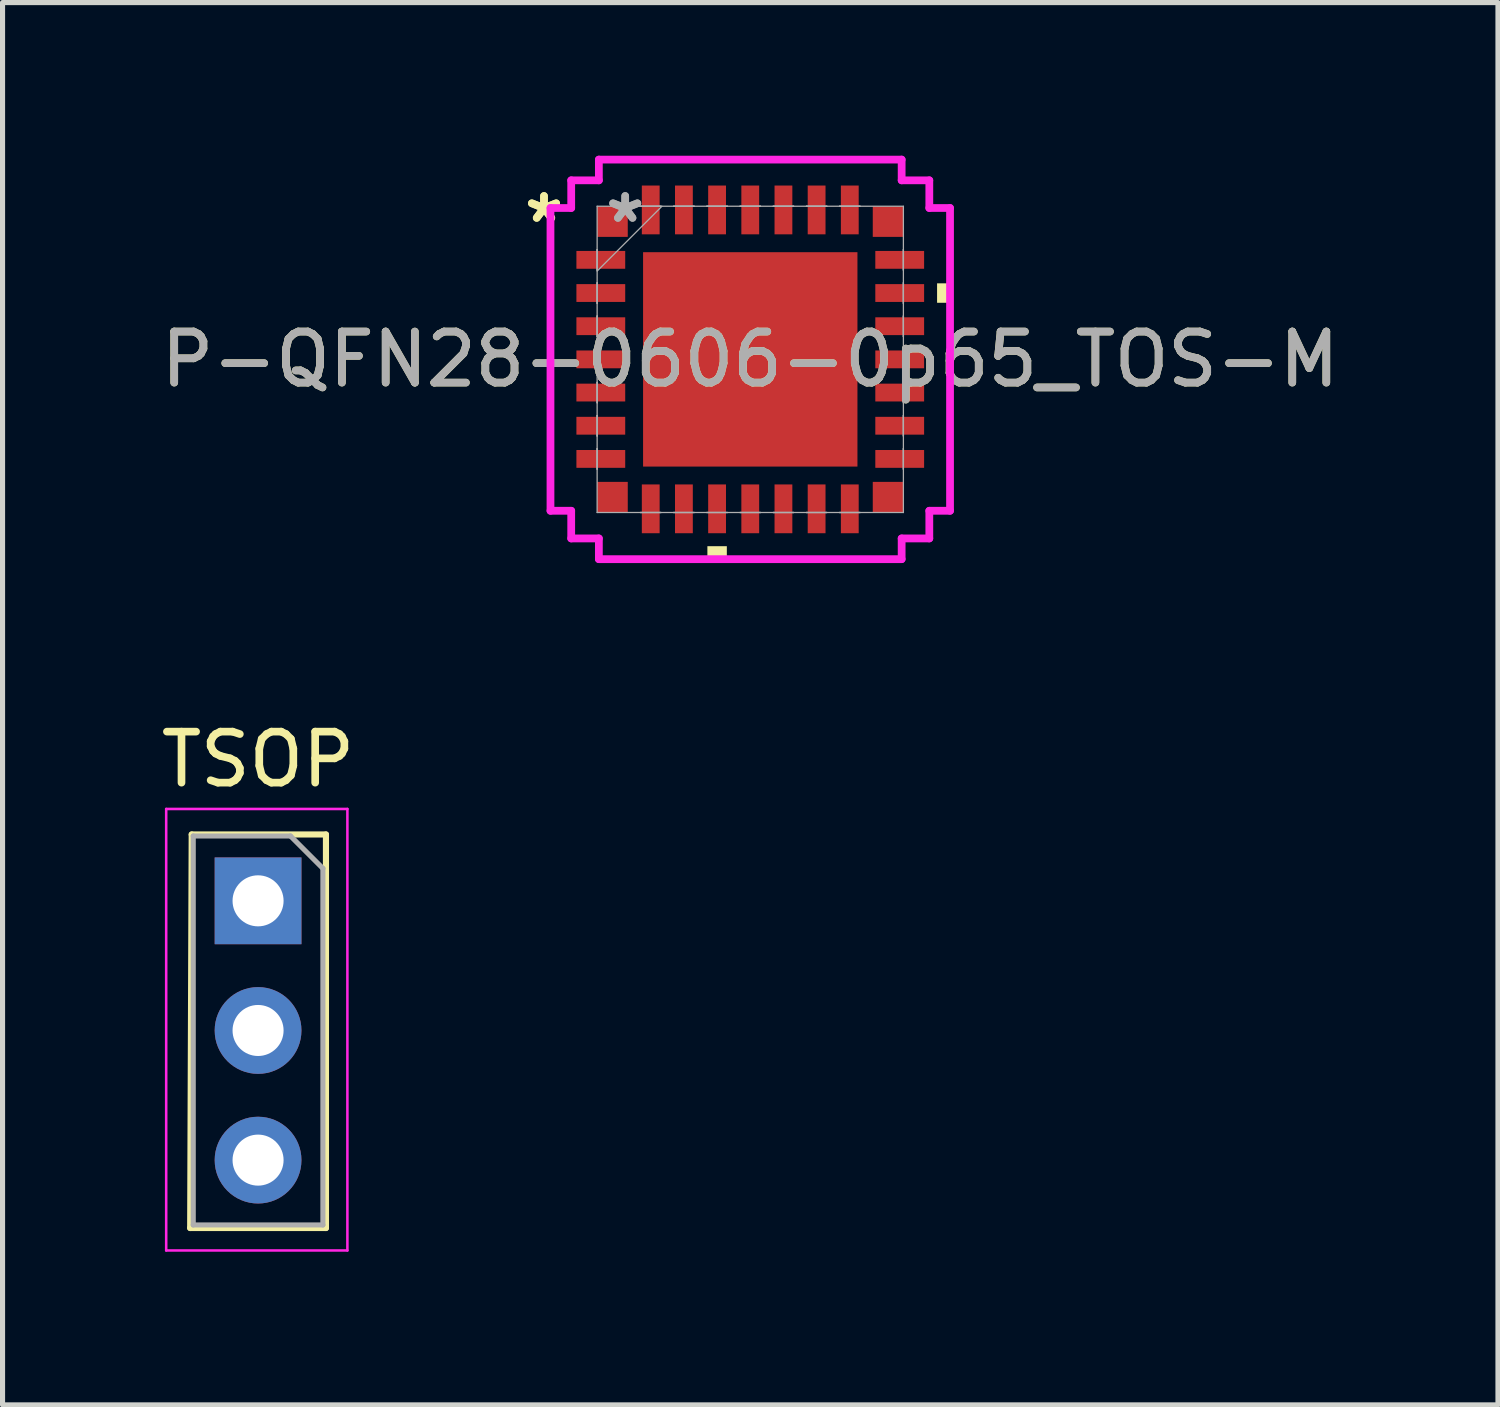
<source format=kicad_pcb>
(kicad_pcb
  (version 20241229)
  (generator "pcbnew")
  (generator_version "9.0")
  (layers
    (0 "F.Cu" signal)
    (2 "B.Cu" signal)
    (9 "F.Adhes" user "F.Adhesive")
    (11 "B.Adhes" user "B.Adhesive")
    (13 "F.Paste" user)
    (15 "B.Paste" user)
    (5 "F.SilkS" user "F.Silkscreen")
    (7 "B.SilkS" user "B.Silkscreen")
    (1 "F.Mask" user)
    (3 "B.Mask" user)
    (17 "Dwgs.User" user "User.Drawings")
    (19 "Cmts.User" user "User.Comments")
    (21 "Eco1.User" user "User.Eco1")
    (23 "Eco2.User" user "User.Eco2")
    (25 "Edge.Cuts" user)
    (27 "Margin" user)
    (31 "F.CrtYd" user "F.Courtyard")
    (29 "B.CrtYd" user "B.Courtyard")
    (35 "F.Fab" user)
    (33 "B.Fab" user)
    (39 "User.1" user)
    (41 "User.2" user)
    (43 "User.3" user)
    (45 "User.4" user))
  (footprint "TSOP"
    (layer "F.Cu")
    (at 2.006 14.599)
    (property "Reference" "TSOP" (at 0 -2.77 0) (layer "F.SilkS") (effects (font (size 1 1) (thickness 0.15))))
    (attr through_hole)
    (fp_line (start -1.33 6.41) (end 1.33 6.41) (stroke (width 0.12) (type solid)) (layer "F.SilkS"))
    (fp_line (start -1.3 -1.3) (end -1.33 6.41) (stroke (width 0.12) (type solid)) (layer "F.SilkS"))
    (fp_line (start -1.3 -1.3) (end 1.33 -1.3) (stroke (width 0.12) (type solid)) (layer "F.SilkS"))
    (fp_line (start 1.33 -1.3) (end 1.33 6.41) (stroke (width 0.12) (type solid)) (layer "F.SilkS"))
    (fp_line (start -1.8 -1.8) (end 1.75 -1.8) (stroke (width 0.05) (type solid)) (layer "F.CrtYd"))
    (fp_line (start -1.8 6.85) (end -1.8 -1.8) (stroke (width 0.05) (type solid)) (layer "F.CrtYd"))
    (fp_line (start 1.75 -1.8) (end 1.75 6.85) (stroke (width 0.05) (type solid)) (layer "F.CrtYd"))
    (fp_line (start 1.75 6.85) (end -1.8 6.85) (stroke (width 0.05) (type solid)) (layer "F.CrtYd"))
    (fp_line (start -1.27 -1.27) (end 0.635 -1.27) (stroke (width 0.1) (type solid)) (layer "F.Fab"))
    (fp_line (start -1.27 6.35) (end -1.27 -1.27) (stroke (width 0.1) (type solid)) (layer "F.Fab"))
    (fp_line (start 0.635 -1.27) (end 1.27 -0.635) (stroke (width 0.1) (type solid)) (layer "F.Fab"))
    (fp_line (start 1.27 -0.635) (end 1.27 6.35) (stroke (width 0.1) (type solid)) (layer "F.Fab"))
    (fp_line (start 1.27 6.35) (end -1.27 6.35) (stroke (width 0.1) (type solid)) (layer "F.Fab"))
    (pad "1" thru_hole rect (at 0 0) (size 1.7 1.7) (drill 1) (layers "*.Cu" "*.Mask"))
    (pad "2" thru_hole oval (at 0 2.54) (size 1.7 1.7) (drill 1) (layers "*.Cu" "*.Mask"))
    (pad "3" thru_hole oval (at 0 5.08) (size 1.7 1.7) (drill 1) (layers "*.Cu" "*.Mask")))
  (footprint "P-QFN28-0606-0p65_TOS-M"
    (layer "F.Cu")
    (at 11.649 3.991)
    (property "Reference" "P-QFN28-0606-0p65_TOS-M" (at 0 0 0) (unlocked yes) (layer "F.SilkS") (effects (font (size 1 1) (thickness 0.15))))
    (attr smd)
    (fp_poly (pts (xy -0.84 3.66) (xy -0.84 3.914) (xy -0.459 3.914) (xy -0.459 3.66)) (stroke (width 0) (type solid)) (fill yes) (layer "F.SilkS"))
    (fp_poly (pts (xy 3.914 -1.49) (xy 3.914 -1.109) (xy 3.66 -1.109) (xy 3.66 -1.49)) (stroke (width 0) (type solid)) (fill yes) (layer "F.SilkS"))
    (fp_poly (pts (xy -2 -2) (xy -2 -0.8) (xy -0.8 -0.8) (xy -0.8 -2)) (stroke (width 0) (type solid)) (fill yes) (layer "F.Paste"))
    (fp_poly (pts (xy -2 -0.6) (xy -2 0.6) (xy -0.8 0.6) (xy -0.8 -0.6)) (stroke (width 0) (type solid)) (fill yes) (layer "F.Paste"))
    (fp_poly (pts (xy -2 0.8) (xy -2 2) (xy -0.8 2) (xy -0.8 0.8)) (stroke (width 0) (type solid)) (fill yes) (layer "F.Paste"))
    (fp_poly (pts (xy -0.6 -2) (xy -0.6 -0.8) (xy 0.6 -0.8) (xy 0.6 -2)) (stroke (width 0) (type solid)) (fill yes) (layer "F.Paste"))
    (fp_poly (pts (xy -0.6 -0.6) (xy -0.6 0.6) (xy 0.6 0.6) (xy 0.6 -0.6)) (stroke (width 0) (type solid)) (fill yes) (layer "F.Paste"))
    (fp_poly (pts (xy -0.6 0.8) (xy -0.6 2) (xy 0.6 2) (xy 0.6 0.8)) (stroke (width 0) (type solid)) (fill yes) (layer "F.Paste"))
    (fp_poly (pts (xy 0.8 -2) (xy 0.8 -0.8) (xy 2 -0.8) (xy 2 -2)) (stroke (width 0) (type solid)) (fill yes) (layer "F.Paste"))
    (fp_poly (pts (xy 0.8 -0.6) (xy 0.8 0.6) (xy 2 0.6) (xy 2 -0.6)) (stroke (width 0) (type solid)) (fill yes) (layer "F.Paste"))
    (fp_poly (pts (xy 0.8 0.8) (xy 0.8 2) (xy 2 2) (xy 2 0.8)) (stroke (width 0) (type solid)) (fill yes) (layer "F.Paste"))
    (fp_line (start -3.914 -2.966) (end -3.508 -2.966) (stroke (width 0.152) (type solid)) (layer "F.CrtYd"))
    (fp_line (start -3.914 2.966) (end -3.914 -2.966) (stroke (width 0.152) (type solid)) (layer "F.CrtYd"))
    (fp_line (start -3.914 2.966) (end -3.508 2.966) (stroke (width 0.152) (type solid)) (layer "F.CrtYd"))
    (fp_line (start -3.508 -3.508) (end -2.966 -3.508) (stroke (width 0.152) (type solid)) (layer "F.CrtYd"))
    (fp_line (start -3.508 -2.966) (end -3.508 -3.508) (stroke (width 0.152) (type solid)) (layer "F.CrtYd"))
    (fp_line (start -3.508 3.508) (end -3.508 2.966) (stroke (width 0.152) (type solid)) (layer "F.CrtYd"))
    (fp_line (start -2.966 -3.914) (end 2.966 -3.914) (stroke (width 0.152) (type solid)) (layer "F.CrtYd"))
    (fp_line (start -2.966 -3.508) (end -2.966 -3.914) (stroke (width 0.152) (type solid)) (layer "F.CrtYd"))
    (fp_line (start -2.966 3.508) (end -3.508 3.508) (stroke (width 0.152) (type solid)) (layer "F.CrtYd"))
    (fp_line (start -2.966 3.914) (end -2.966 3.508) (stroke (width 0.152) (type solid)) (layer "F.CrtYd"))
    (fp_line (start 2.966 -3.914) (end 2.966 -3.508) (stroke (width 0.152) (type solid)) (layer "F.CrtYd"))
    (fp_line (start 2.966 -3.508) (end 3.508 -3.508) (stroke (width 0.152) (type solid)) (layer "F.CrtYd"))
    (fp_line (start 2.966 3.508) (end 2.966 3.914) (stroke (width 0.152) (type solid)) (layer "F.CrtYd"))
    (fp_line (start 2.966 3.914) (end -2.966 3.914) (stroke (width 0.152) (type solid)) (layer "F.CrtYd"))
    (fp_line (start 3.508 -3.508) (end 3.508 -2.966) (stroke (width 0.152) (type solid)) (layer "F.CrtYd"))
    (fp_line (start 3.508 -2.966) (end 3.914 -2.966) (stroke (width 0.152) (type solid)) (layer "F.CrtYd"))
    (fp_line (start 3.508 2.966) (end 3.508 3.508) (stroke (width 0.152) (type solid)) (layer "F.CrtYd"))
    (fp_line (start 3.508 3.508) (end 2.966 3.508) (stroke (width 0.152) (type solid)) (layer "F.CrtYd"))
    (fp_line (start 3.914 -2.966) (end 3.914 2.966) (stroke (width 0.152) (type solid)) (layer "F.CrtYd"))
    (fp_line (start 3.914 2.966) (end 3.508 2.966) (stroke (width 0.152) (type solid)) (layer "F.CrtYd"))
    (fp_line (start -3 -3) (end -3 3) (stroke (width 0.025) (type solid)) (layer "F.Fab"))
    (fp_line (start -3 -2.15) (end -3 -2.15) (stroke (width 0.025) (type solid)) (layer "F.Fab"))
    (fp_line (start -3 -2.15) (end -3 -1.75) (stroke (width 0.025) (type solid)) (layer "F.Fab"))
    (fp_line (start -3 -1.75) (end -3 -2.15) (stroke (width 0.025) (type solid)) (layer "F.Fab"))
    (fp_line (start -3 -1.75) (end -3 -1.75) (stroke (width 0.025) (type solid)) (layer "F.Fab"))
    (fp_line (start -3 -1.73) (end -1.73 -3) (stroke (width 0.025) (type solid)) (layer "F.Fab"))
    (fp_line (start -3 -1.5) (end -3 -1.5) (stroke (width 0.025) (type solid)) (layer "F.Fab"))
    (fp_line (start -3 -1.5) (end -3 -1.1) (stroke (width 0.025) (type solid)) (layer "F.Fab"))
    (fp_line (start -3 -1.1) (end -3 -1.5) (stroke (width 0.025) (type solid)) (layer "F.Fab"))
    (fp_line (start -3 -1.1) (end -3 -1.1) (stroke (width 0.025) (type solid)) (layer "F.Fab"))
    (fp_line (start -3 -0.85) (end -3 -0.85) (stroke (width 0.025) (type solid)) (layer "F.Fab"))
    (fp_line (start -3 -0.85) (end -3 -0.45) (stroke (width 0.025) (type solid)) (layer "F.Fab"))
    (fp_line (start -3 -0.45) (end -3 -0.85) (stroke (width 0.025) (type solid)) (layer "F.Fab"))
    (fp_line (start -3 -0.45) (end -3 -0.45) (stroke (width 0.025) (type solid)) (layer "F.Fab"))
    (fp_line (start -3 -0.2) (end -3 -0.2) (stroke (width 0.025) (type solid)) (layer "F.Fab"))
    (fp_line (start -3 -0.2) (end -3 0.2) (stroke (width 0.025) (type solid)) (layer "F.Fab"))
    (fp_line (start -3 0.2) (end -3 -0.2) (stroke (width 0.025) (type solid)) (layer "F.Fab"))
    (fp_line (start -3 0.2) (end -3 0.2) (stroke (width 0.025) (type solid)) (layer "F.Fab"))
    (fp_line (start -3 0.45) (end -3 0.45) (stroke (width 0.025) (type solid)) (layer "F.Fab"))
    (fp_line (start -3 0.45) (end -3 0.85) (stroke (width 0.025) (type solid)) (layer "F.Fab"))
    (fp_line (start -3 0.85) (end -3 0.45) (stroke (width 0.025) (type solid)) (layer "F.Fab"))
    (fp_line (start -3 0.85) (end -3 0.85) (stroke (width 0.025) (type solid)) (layer "F.Fab"))
    (fp_line (start -3 1.1) (end -3 1.1) (stroke (width 0.025) (type solid)) (layer "F.Fab"))
    (fp_line (start -3 1.1) (end -3 1.5) (stroke (width 0.025) (type solid)) (layer "F.Fab"))
    (fp_line (start -3 1.5) (end -3 1.1) (stroke (width 0.025) (type solid)) (layer "F.Fab"))
    (fp_line (start -3 1.5) (end -3 1.5) (stroke (width 0.025) (type solid)) (layer "F.Fab"))
    (fp_line (start -3 1.75) (end -3 1.75) (stroke (width 0.025) (type solid)) (layer "F.Fab"))
    (fp_line (start -3 1.75) (end -3 2.15) (stroke (width 0.025) (type solid)) (layer "F.Fab"))
    (fp_line (start -3 2.15) (end -3 1.75) (stroke (width 0.025) (type solid)) (layer "F.Fab"))
    (fp_line (start -3 2.15) (end -3 2.15) (stroke (width 0.025) (type solid)) (layer "F.Fab"))
    (fp_line (start -3 3) (end 3 3) (stroke (width 0.025) (type solid)) (layer "F.Fab"))
    (fp_line (start -2.15 -3) (end -2.15 -3) (stroke (width 0.025) (type solid)) (layer "F.Fab"))
    (fp_line (start -2.15 -3) (end -1.75 -3) (stroke (width 0.025) (type solid)) (layer "F.Fab"))
    (fp_line (start -2.15 3) (end -2.15 3) (stroke (width 0.025) (type solid)) (layer "F.Fab"))
    (fp_line (start -2.15 3) (end -1.75 3) (stroke (width 0.025) (type solid)) (layer "F.Fab"))
    (fp_line (start -1.75 -3) (end -2.15 -3) (stroke (width 0.025) (type solid)) (layer "F.Fab"))
    (fp_line (start -1.75 -3) (end -1.75 -3) (stroke (width 0.025) (type solid)) (layer "F.Fab"))
    (fp_line (start -1.75 3) (end -2.15 3) (stroke (width 0.025) (type solid)) (layer "F.Fab"))
    (fp_line (start -1.75 3) (end -1.75 3) (stroke (width 0.025) (type solid)) (layer "F.Fab"))
    (fp_line (start -1.5 -3) (end -1.5 -3) (stroke (width 0.025) (type solid)) (layer "F.Fab"))
    (fp_line (start -1.5 -3) (end -1.1 -3) (stroke (width 0.025) (type solid)) (layer "F.Fab"))
    (fp_line (start -1.5 3) (end -1.5 3) (stroke (width 0.025) (type solid)) (layer "F.Fab"))
    (fp_line (start -1.5 3) (end -1.1 3) (stroke (width 0.025) (type solid)) (layer "F.Fab"))
    (fp_line (start -1.1 -3) (end -1.5 -3) (stroke (width 0.025) (type solid)) (layer "F.Fab"))
    (fp_line (start -1.1 -3) (end -1.1 -3) (stroke (width 0.025) (type solid)) (layer "F.Fab"))
    (fp_line (start -1.1 3) (end -1.5 3) (stroke (width 0.025) (type solid)) (layer "F.Fab"))
    (fp_line (start -1.1 3) (end -1.1 3) (stroke (width 0.025) (type solid)) (layer "F.Fab"))
    (fp_line (start -0.85 -3) (end -0.85 -3) (stroke (width 0.025) (type solid)) (layer "F.Fab"))
    (fp_line (start -0.85 -3) (end -0.45 -3) (stroke (width 0.025) (type solid)) (layer "F.Fab"))
    (fp_line (start -0.85 3) (end -0.85 3) (stroke (width 0.025) (type solid)) (layer "F.Fab"))
    (fp_line (start -0.85 3) (end -0.45 3) (stroke (width 0.025) (type solid)) (layer "F.Fab"))
    (fp_line (start -0.45 -3) (end -0.85 -3) (stroke (width 0.025) (type solid)) (layer "F.Fab"))
    (fp_line (start -0.45 -3) (end -0.45 -3) (stroke (width 0.025) (type solid)) (layer "F.Fab"))
    (fp_line (start -0.45 3) (end -0.85 3) (stroke (width 0.025) (type solid)) (layer "F.Fab"))
    (fp_line (start -0.45 3) (end -0.45 3) (stroke (width 0.025) (type solid)) (layer "F.Fab"))
    (fp_line (start -0.2 -3) (end -0.2 -3) (stroke (width 0.025) (type solid)) (layer "F.Fab"))
    (fp_line (start -0.2 -3) (end 0.2 -3) (stroke (width 0.025) (type solid)) (layer "F.Fab"))
    (fp_line (start -0.2 3) (end -0.2 3) (stroke (width 0.025) (type solid)) (layer "F.Fab"))
    (fp_line (start -0.2 3) (end 0.2 3) (stroke (width 0.025) (type solid)) (layer "F.Fab"))
    (fp_line (start 0.2 -3) (end -0.2 -3) (stroke (width 0.025) (type solid)) (layer "F.Fab"))
    (fp_line (start 0.2 -3) (end 0.2 -3) (stroke (width 0.025) (type solid)) (layer "F.Fab"))
    (fp_line (start 0.2 3) (end -0.2 3) (stroke (width 0.025) (type solid)) (layer "F.Fab"))
    (fp_line (start 0.2 3) (end 0.2 3) (stroke (width 0.025) (type solid)) (layer "F.Fab"))
    (fp_line (start 0.45 -3) (end 0.45 -3) (stroke (width 0.025) (type solid)) (layer "F.Fab"))
    (fp_line (start 0.45 -3) (end 0.85 -3) (stroke (width 0.025) (type solid)) (layer "F.Fab"))
    (fp_line (start 0.45 3) (end 0.45 3) (stroke (width 0.025) (type solid)) (layer "F.Fab"))
    (fp_line (start 0.45 3) (end 0.85 3) (stroke (width 0.025) (type solid)) (layer "F.Fab"))
    (fp_line (start 0.85 -3) (end 0.45 -3) (stroke (width 0.025) (type solid)) (layer "F.Fab"))
    (fp_line (start 0.85 -3) (end 0.85 -3) (stroke (width 0.025) (type solid)) (layer "F.Fab"))
    (fp_line (start 0.85 3) (end 0.45 3) (stroke (width 0.025) (type solid)) (layer "F.Fab"))
    (fp_line (start 0.85 3) (end 0.85 3) (stroke (width 0.025) (type solid)) (layer "F.Fab"))
    (fp_line (start 1.1 -3) (end 1.1 -3) (stroke (width 0.025) (type solid)) (layer "F.Fab"))
    (fp_line (start 1.1 -3) (end 1.5 -3) (stroke (width 0.025) (type solid)) (layer "F.Fab"))
    (fp_line (start 1.1 3) (end 1.1 3) (stroke (width 0.025) (type solid)) (layer "F.Fab"))
    (fp_line (start 1.1 3) (end 1.5 3) (stroke (width 0.025) (type solid)) (layer "F.Fab"))
    (fp_line (start 1.5 -3) (end 1.1 -3) (stroke (width 0.025) (type solid)) (layer "F.Fab"))
    (fp_line (start 1.5 -3) (end 1.5 -3) (stroke (width 0.025) (type solid)) (layer "F.Fab"))
    (fp_line (start 1.5 3) (end 1.1 3) (stroke (width 0.025) (type solid)) (layer "F.Fab"))
    (fp_line (start 1.5 3) (end 1.5 3) (stroke (width 0.025) (type solid)) (layer "F.Fab"))
    (fp_line (start 1.75 -3) (end 1.75 -3) (stroke (width 0.025) (type solid)) (layer "F.Fab"))
    (fp_line (start 1.75 -3) (end 2.15 -3) (stroke (width 0.025) (type solid)) (layer "F.Fab"))
    (fp_line (start 1.75 3) (end 1.75 3) (stroke (width 0.025) (type solid)) (layer "F.Fab"))
    (fp_line (start 1.75 3) (end 2.15 3) (stroke (width 0.025) (type solid)) (layer "F.Fab"))
    (fp_line (start 2.15 -3) (end 1.75 -3) (stroke (width 0.025) (type solid)) (layer "F.Fab"))
    (fp_line (start 2.15 -3) (end 2.15 -3) (stroke (width 0.025) (type solid)) (layer "F.Fab"))
    (fp_line (start 2.15 3) (end 1.75 3) (stroke (width 0.025) (type solid)) (layer "F.Fab"))
    (fp_line (start 2.15 3) (end 2.15 3) (stroke (width 0.025) (type solid)) (layer "F.Fab"))
    (fp_line (start 3 -3) (end -3 -3) (stroke (width 0.025) (type solid)) (layer "F.Fab"))
    (fp_line (start 3 -2.15) (end 3 -2.15) (stroke (width 0.025) (type solid)) (layer "F.Fab"))
    (fp_line (start 3 -2.15) (end 3 -1.75) (stroke (width 0.025) (type solid)) (layer "F.Fab"))
    (fp_line (start 3 -1.75) (end 3 -2.15) (stroke (width 0.025) (type solid)) (layer "F.Fab"))
    (fp_line (start 3 -1.75) (end 3 -1.75) (stroke (width 0.025) (type solid)) (layer "F.Fab"))
    (fp_line (start 3 -1.5) (end 3 -1.5) (stroke (width 0.025) (type solid)) (layer "F.Fab"))
    (fp_line (start 3 -1.5) (end 3 -1.1) (stroke (width 0.025) (type solid)) (layer "F.Fab"))
    (fp_line (start 3 -1.1) (end 3 -1.5) (stroke (width 0.025) (type solid)) (layer "F.Fab"))
    (fp_line (start 3 -1.1) (end 3 -1.1) (stroke (width 0.025) (type solid)) (layer "F.Fab"))
    (fp_line (start 3 -0.85) (end 3 -0.85) (stroke (width 0.025) (type solid)) (layer "F.Fab"))
    (fp_line (start 3 -0.85) (end 3 -0.45) (stroke (width 0.025) (type solid)) (layer "F.Fab"))
    (fp_line (start 3 -0.45) (end 3 -0.85) (stroke (width 0.025) (type solid)) (layer "F.Fab"))
    (fp_line (start 3 -0.45) (end 3 -0.45) (stroke (width 0.025) (type solid)) (layer "F.Fab"))
    (fp_line (start 3 -0.2) (end 3 -0.2) (stroke (width 0.025) (type solid)) (layer "F.Fab"))
    (fp_line (start 3 -0.2) (end 3 0.2) (stroke (width 0.025) (type solid)) (layer "F.Fab"))
    (fp_line (start 3 0.2) (end 3 -0.2) (stroke (width 0.025) (type solid)) (layer "F.Fab"))
    (fp_line (start 3 0.2) (end 3 0.2) (stroke (width 0.025) (type solid)) (layer "F.Fab"))
    (fp_line (start 3 0.45) (end 3 0.45) (stroke (width 0.025) (type solid)) (layer "F.Fab"))
    (fp_line (start 3 0.45) (end 3 0.85) (stroke (width 0.025) (type solid)) (layer "F.Fab"))
    (fp_line (start 3 0.85) (end 3 0.45) (stroke (width 0.025) (type solid)) (layer "F.Fab"))
    (fp_line (start 3 0.85) (end 3 0.85) (stroke (width 0.025) (type solid)) (layer "F.Fab"))
    (fp_line (start 3 1.1) (end 3 1.1) (stroke (width 0.025) (type solid)) (layer "F.Fab"))
    (fp_line (start 3 1.1) (end 3 1.5) (stroke (width 0.025) (type solid)) (layer "F.Fab"))
    (fp_line (start 3 1.5) (end 3 1.1) (stroke (width 0.025) (type solid)) (layer "F.Fab"))
    (fp_line (start 3 1.5) (end 3 1.5) (stroke (width 0.025) (type solid)) (layer "F.Fab"))
    (fp_line (start 3 1.75) (end 3 1.75) (stroke (width 0.025) (type solid)) (layer "F.Fab"))
    (fp_line (start 3 1.75) (end 3 2.15) (stroke (width 0.025) (type solid)) (layer "F.Fab"))
    (fp_line (start 3 2.15) (end 3 1.75) (stroke (width 0.025) (type solid)) (layer "F.Fab"))
    (fp_line (start 3 2.15) (end 3 2.15) (stroke (width 0.025) (type solid)) (layer "F.Fab"))
    (fp_line (start 3 3) (end 3 -3) (stroke (width 0.025) (type solid)) (layer "F.Fab"))
    (fp_text user "*" (at -4.041 -2.656 0) (unlocked yes) (layer "F.SilkS") (effects (font (size 1 1) (thickness 0.15))))
    (fp_text user "*" (at -4.041 -2.656 0) (layer "F.SilkS") (effects (font (size 1 1) (thickness 0.15))))
    (fp_text user "*" (at -2.45 -2.656 0) (unlocked yes) (layer "F.Fab") (effects (font (size 1 1) (thickness 0.15))))
    (fp_text user "*" (at -2.45 -2.656 0) (layer "F.Fab") (effects (font (size 1 1) (thickness 0.15))))
    (fp_text user "${REFERENCE}" (at 0 0 0) (unlocked yes) (layer "F.Fab") (effects (font (size 1 1) (thickness 0.15))))
    (pad "1" smd rect (at -2.928 -1.95 90) (size 0.349 0.956) (layers "F.Cu" "F.Mask" "F.Paste"))
    (pad "2" smd rect (at -2.928 -1.3 90) (size 0.349 0.956) (layers "F.Cu" "F.Mask" "F.Paste"))
    (pad "3" smd rect (at -2.928 -0.65 90) (size 0.349 0.956) (layers "F.Cu" "F.Mask" "F.Paste"))
    (pad "4" smd rect (at -2.928 0 90) (size 0.349 0.956) (layers "F.Cu" "F.Mask" "F.Paste"))
    (pad "5" smd rect (at -2.928 0.65 90) (size 0.349 0.956) (layers "F.Cu" "F.Mask" "F.Paste"))
    (pad "6" smd rect (at -2.928 1.3 90) (size 0.349 0.956) (layers "F.Cu" "F.Mask" "F.Paste"))
    (pad "7" smd rect (at -2.928 1.95 90) (size 0.349 0.956) (layers "F.Cu" "F.Mask" "F.Paste"))
    (pad "8" smd rect (at -1.95 2.928) (size 0.349 0.956) (layers "F.Cu" "F.Mask" "F.Paste"))
    (pad "9" smd rect (at -1.3 2.928) (size 0.349 0.956) (layers "F.Cu" "F.Mask" "F.Paste"))
    (pad "10" smd rect (at -0.65 2.928) (size 0.349 0.956) (layers "F.Cu" "F.Mask" "F.Paste"))
    (pad "11" smd rect (at 0 2.928) (size 0.349 0.956) (layers "F.Cu" "F.Mask" "F.Paste"))
    (pad "12" smd rect (at 0.65 2.928) (size 0.349 0.956) (layers "F.Cu" "F.Mask" "F.Paste"))
    (pad "13" smd rect (at 1.3 2.928) (size 0.349 0.956) (layers "F.Cu" "F.Mask" "F.Paste"))
    (pad "14" smd rect (at 1.95 2.928) (size 0.349 0.956) (layers "F.Cu" "F.Mask" "F.Paste"))
    (pad "15" smd rect (at 2.928 1.95 90) (size 0.349 0.956) (layers "F.Cu" "F.Mask" "F.Paste"))
    (pad "16" smd rect (at 2.928 1.3 90) (size 0.349 0.956) (layers "F.Cu" "F.Mask" "F.Paste"))
    (pad "17" smd rect (at 2.928 0.65 90) (size 0.349 0.956) (layers "F.Cu" "F.Mask" "F.Paste"))
    (pad "18" smd rect (at 2.928 0 90) (size 0.349 0.956) (layers "F.Cu" "F.Mask" "F.Paste"))
    (pad "19" smd rect (at 2.928 -0.65 90) (size 0.349 0.956) (layers "F.Cu" "F.Mask" "F.Paste"))
    (pad "20" smd rect (at 2.928 -1.3 90) (size 0.349 0.956) (layers "F.Cu" "F.Mask" "F.Paste"))
    (pad "21" smd rect (at 2.928 -1.95 90) (size 0.349 0.956) (layers "F.Cu" "F.Mask" "F.Paste"))
    (pad "22" smd rect (at 1.95 -2.928) (size 0.349 0.956) (layers "F.Cu" "F.Mask" "F.Paste"))
    (pad "23" smd rect (at 1.3 -2.928) (size 0.349 0.956) (layers "F.Cu" "F.Mask" "F.Paste"))
    (pad "24" smd rect (at 0.65 -2.928) (size 0.349 0.956) (layers "F.Cu" "F.Mask" "F.Paste"))
    (pad "25" smd rect (at 0 -2.928) (size 0.349 0.956) (layers "F.Cu" "F.Mask" "F.Paste"))
    (pad "26" smd rect (at -0.65 -2.928) (size 0.349 0.956) (layers "F.Cu" "F.Mask" "F.Paste"))
    (pad "27" smd rect (at -1.3 -2.928) (size 0.349 0.956) (layers "F.Cu" "F.Mask" "F.Paste"))
    (pad "28" smd rect (at -1.95 -2.928) (size 0.349 0.956) (layers "F.Cu" "F.Mask" "F.Paste"))
    (pad "29" smd rect (at -2.7 -2.7) (size 0.6 0.6) (layers "F.Cu" "F.Mask" "F.Paste"))
    (pad "30" smd rect (at -2.7 2.7) (size 0.6 0.6) (layers "F.Cu" "F.Mask" "F.Paste"))
    (pad "31" smd rect (at 2.7 2.7) (size 0.6 0.6) (layers "F.Cu" "F.Mask" "F.Paste"))
    (pad "32" smd rect (at 2.7 -2.7) (size 0.6 0.6) (layers "F.Cu" "F.Mask" "F.Paste"))
    (pad "33" smd rect (at 0 0) (size 4.2 4.2) (layers "F.Cu" "F.Mask" "F.Paste")))
  (gr_rect
    (start -3 -3)
    (end 26.298 24.474)
    (stroke (width 0.1) (type default))
    (fill no)
    (layer "Edge.Cuts")))
</source>
